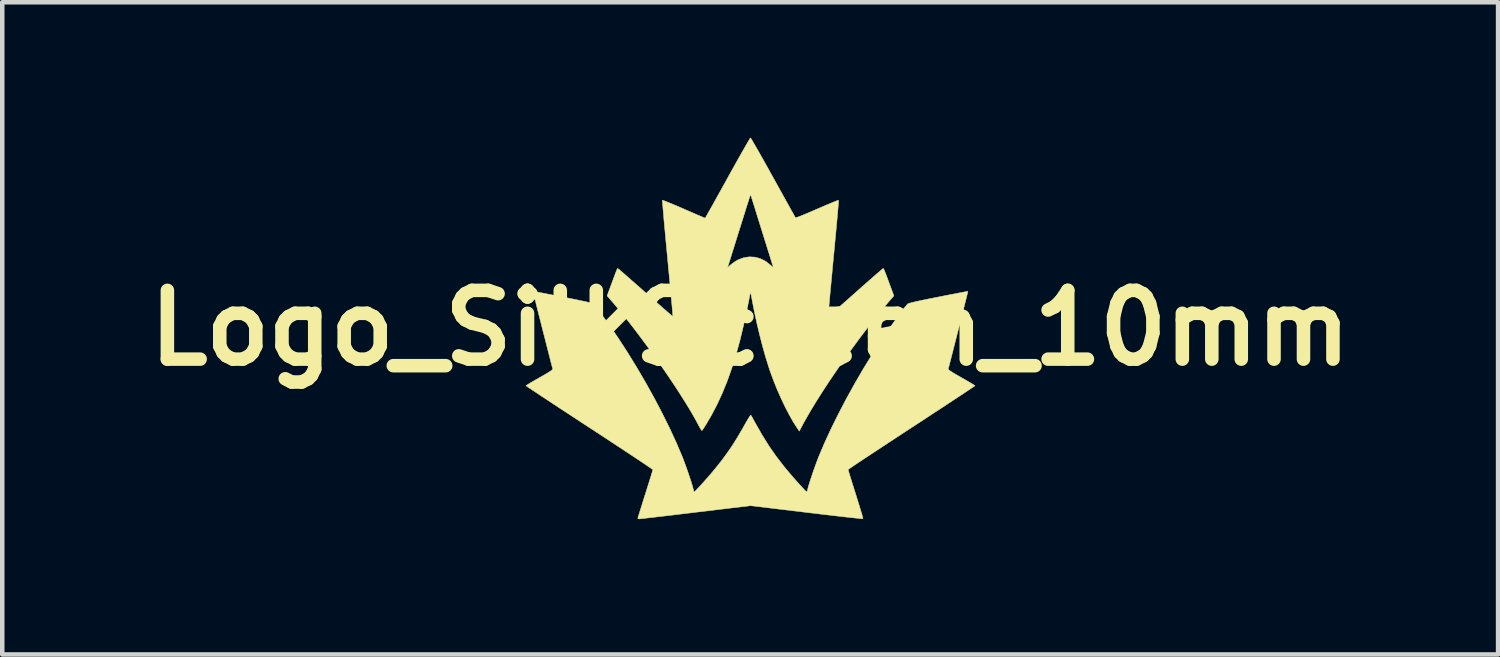
<source format=kicad_pcb>
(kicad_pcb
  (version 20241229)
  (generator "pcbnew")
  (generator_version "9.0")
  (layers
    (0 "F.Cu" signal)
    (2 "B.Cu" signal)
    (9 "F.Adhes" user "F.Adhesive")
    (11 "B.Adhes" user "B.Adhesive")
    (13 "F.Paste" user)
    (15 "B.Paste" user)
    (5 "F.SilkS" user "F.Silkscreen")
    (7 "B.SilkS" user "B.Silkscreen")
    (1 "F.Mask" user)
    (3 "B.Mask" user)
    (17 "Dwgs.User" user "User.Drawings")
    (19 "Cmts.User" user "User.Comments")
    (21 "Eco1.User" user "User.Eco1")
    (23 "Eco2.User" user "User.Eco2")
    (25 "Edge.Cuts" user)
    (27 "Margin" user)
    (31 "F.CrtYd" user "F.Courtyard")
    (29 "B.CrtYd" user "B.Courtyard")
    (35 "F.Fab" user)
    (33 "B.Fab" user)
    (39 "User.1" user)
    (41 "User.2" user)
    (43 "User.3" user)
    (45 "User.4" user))
  (footprint "Logo_SilkScreen_10mm"
    (layer "F.Cu")
    (at 13.578 4.221)
    (property "Reference" "Logo_SilkScreen_10mm" (at 0 0 0) (layer "F.SilkS") (effects (font (size 1.524 1.524) (thickness 0.3))))
    (attr through_hole)
    (fp_poly (pts (xy 0.016 -4.204) (xy 0.037 -4.17) (xy 0.069 -4.115) (xy 0.112 -4.042) (xy 0.164 -3.951) (xy 0.223 -3.847) (xy 0.29 -3.729) (xy 0.362 -3.6) (xy 0.438 -3.463) (xy 0.505 -3.343) (xy 0.585 -3.199) (xy 0.661 -3.062) (xy 0.732 -2.934) (xy 0.797 -2.817) (xy 0.855 -2.712) (xy 0.905 -2.622) (xy 0.946 -2.55) (xy 0.976 -2.495) (xy 0.995 -2.462) (xy 1.001 -2.452) (xy 1.009 -2.449) (xy 1.029 -2.452) (xy 1.062 -2.462) (xy 1.11 -2.48) (xy 1.176 -2.507) (xy 1.261 -2.542) (xy 1.368 -2.588) (xy 1.482 -2.637) (xy 1.588 -2.683) (xy 1.687 -2.726) (xy 1.775 -2.762) (xy 1.849 -2.793) (xy 1.906 -2.815) (xy 1.944 -2.829) (xy 1.959 -2.833) (xy 1.959 -2.833) (xy 1.959 -2.818) (xy 1.957 -2.778) (xy 1.952 -2.713) (xy 1.945 -2.627) (xy 1.936 -2.521) (xy 1.925 -2.397) (xy 1.912 -2.256) (xy 1.898 -2.102) (xy 1.882 -1.936) (xy 1.866 -1.759) (xy 1.848 -1.575) (xy 1.845 -1.544) (xy 1.827 -1.358) (xy 1.811 -1.18) (xy 1.795 -1.012) (xy 1.78 -0.856) (xy 1.767 -0.714) (xy 1.756 -0.587) (xy 1.746 -0.478) (xy 1.738 -0.389) (xy 1.732 -0.321) (xy 1.729 -0.277) (xy 1.728 -0.258) (xy 1.728 -0.257) (xy 1.739 -0.265) (xy 1.769 -0.29) (xy 1.817 -0.33) (xy 1.879 -0.384) (xy 1.955 -0.45) (xy 2.042 -0.527) (xy 2.139 -0.612) (xy 2.243 -0.705) (xy 2.336 -0.787) (xy 2.446 -0.885) (xy 2.55 -0.977) (xy 2.646 -1.061) (xy 2.732 -1.137) (xy 2.807 -1.202) (xy 2.868 -1.254) (xy 2.913 -1.293) (xy 2.941 -1.316) (xy 2.95 -1.322) (xy 2.954 -1.319) (xy 2.96 -1.308) (xy 2.97 -1.287) (xy 2.984 -1.254) (xy 3.003 -1.206) (xy 3.028 -1.141) (xy 3.059 -1.056) (xy 3.098 -0.95) (xy 3.144 -0.827) (xy 3.185 -0.714) (xy 3.066 -0.577) (xy 2.913 -0.396) (xy 2.753 -0.198) (xy 2.587 0.014) (xy 2.418 0.237) (xy 2.249 0.467) (xy 2.081 0.702) (xy 1.917 0.938) (xy 1.759 1.171) (xy 1.609 1.399) (xy 1.47 1.619) (xy 1.343 1.827) (xy 1.232 2.02) (xy 1.164 2.143) (xy 1.089 2.285) (xy 1.043 2.219) (xy 0.955 2.082) (xy 0.865 1.922) (xy 0.773 1.745) (xy 0.683 1.555) (xy 0.595 1.356) (xy 0.514 1.153) (xy 0.44 0.951) (xy 0.404 0.842) (xy 0.338 0.628) (xy 0.272 0.393) (xy 0.208 0.143) (xy 0.147 -0.114) (xy 0.091 -0.372) (xy 0.048 -0.594) (xy 0.008 -0.804) (xy -0.063 -0.447) (xy -0.143 -0.076) (xy -0.226 0.271) (xy -0.314 0.593) (xy -0.409 0.895) (xy -0.509 1.178) (xy -0.617 1.443) (xy -0.733 1.694) (xy -0.857 1.931) (xy -0.979 2.139) (xy -1.013 2.192) (xy -1.041 2.236) (xy -1.061 2.265) (xy -1.069 2.274) (xy -1.079 2.265) (xy -1.099 2.237) (xy -1.124 2.193) (xy -1.138 2.166) (xy -1.219 2.015) (xy -1.316 1.846) (xy -1.428 1.662) (xy -1.552 1.465) (xy -1.686 1.259) (xy -1.829 1.046) (xy -1.979 0.829) (xy -2.132 0.611) (xy -2.289 0.395) (xy -2.446 0.183) (xy -2.601 -0.022) (xy -2.753 -0.216) (xy -2.9 -0.397) (xy -3.039 -0.563) (xy -3.052 -0.577) (xy -3.171 -0.714) (xy -3.13 -0.827) (xy -3.082 -0.956) (xy -3.043 -1.061) (xy -3.012 -1.144) (xy -2.988 -1.209) (xy -2.969 -1.256) (xy -2.956 -1.289) (xy -2.946 -1.309) (xy -2.94 -1.319) (xy -2.936 -1.322) (xy -2.924 -1.313) (xy -2.893 -1.287) (xy -2.845 -1.246) (xy -2.781 -1.191) (xy -2.705 -1.125) (xy -2.617 -1.047) (xy -2.519 -0.962) (xy -2.414 -0.869) (xy -2.322 -0.787) (xy -2.212 -0.69) (xy -2.109 -0.598) (xy -2.013 -0.514) (xy -1.928 -0.439) (xy -1.854 -0.375) (xy -1.794 -0.323) (xy -1.749 -0.285) (xy -1.722 -0.263) (xy -1.714 -0.258) (xy -1.715 -0.272) (xy -1.718 -0.312) (xy -1.723 -0.376) (xy -1.73 -0.462) (xy -1.74 -0.568) (xy -1.751 -0.691) (xy -1.764 -0.831) (xy -1.778 -0.985) (xy -1.794 -1.151) (xy -1.811 -1.328) (xy -1.813 -1.35) (xy -0.499 -1.35) (xy -0.494 -1.349) (xy -0.473 -1.364) (xy -0.442 -1.392) (xy -0.438 -1.396) (xy -0.388 -1.437) (xy -0.327 -1.479) (xy -0.271 -1.511) (xy -0.147 -1.558) (xy -0.021 -1.578) (xy 0.104 -1.572) (xy 0.226 -1.539) (xy 0.341 -1.481) (xy 0.441 -1.403) (xy 0.477 -1.371) (xy 0.502 -1.352) (xy 0.513 -1.348) (xy 0.512 -1.35) (xy 0.507 -1.367) (xy 0.494 -1.408) (xy 0.474 -1.47) (xy 0.449 -1.553) (xy 0.418 -1.652) (xy 0.382 -1.766) (xy 0.343 -1.892) (xy 0.3 -2.028) (xy 0.258 -2.164) (xy 0.213 -2.307) (xy 0.171 -2.441) (xy 0.133 -2.565) (xy 0.098 -2.677) (xy 0.068 -2.773) (xy 0.043 -2.852) (xy 0.024 -2.911) (xy 0.012 -2.948) (xy 0.008 -2.961) (xy 0.004 -2.948) (xy -0.008 -2.912) (xy -0.027 -2.853) (xy -0.052 -2.775) (xy -0.083 -2.679) (xy -0.117 -2.568) (xy -0.156 -2.444) (xy -0.198 -2.31) (xy -0.243 -2.167) (xy -0.288 -2.024) (xy -0.33 -1.888) (xy -0.369 -1.762) (xy -0.405 -1.649) (xy -0.436 -1.55) (xy -0.461 -1.468) (xy -0.481 -1.406) (xy -0.494 -1.366) (xy -0.499 -1.35) (xy -1.813 -1.35) (xy -1.828 -1.513) (xy -1.831 -1.544) (xy -1.849 -1.73) (xy -1.866 -1.908) (xy -1.881 -2.076) (xy -1.896 -2.232) (xy -1.909 -2.375) (xy -1.92 -2.502) (xy -1.929 -2.611) (xy -1.937 -2.701) (xy -1.942 -2.769) (xy -1.945 -2.813) (xy -1.946 -2.833) (xy -1.945 -2.833) (xy -1.931 -2.83) (xy -1.894 -2.816) (xy -1.838 -2.794) (xy -1.764 -2.764) (xy -1.677 -2.728) (xy -1.578 -2.686) (xy -1.472 -2.64) (xy -1.47 -2.639) (xy -1.363 -2.592) (xy -1.265 -2.55) (xy -1.178 -2.512) (xy -1.105 -2.481) (xy -1.049 -2.457) (xy -1.012 -2.441) (xy -0.998 -2.436) (xy -0.998 -2.436) (xy -0.991 -2.447) (xy -0.971 -2.482) (xy -0.94 -2.537) (xy -0.899 -2.61) (xy -0.848 -2.7) (xy -0.789 -2.805) (xy -0.724 -2.923) (xy -0.652 -3.052) (xy -0.575 -3.19) (xy -0.5 -3.326) (xy -0.42 -3.471) (xy -0.343 -3.608) (xy -0.271 -3.737) (xy -0.205 -3.854) (xy -0.146 -3.958) (xy -0.095 -4.047) (xy -0.053 -4.12) (xy -0.021 -4.173) (xy -0.001 -4.206) (xy 0.007 -4.216) (xy 0.016 -4.204)) (stroke (width 0.01) (type solid)) (fill yes) (layer "F.SilkS"))
    (fp_poly (pts (xy -4.799 -0.812) (xy -4.76 -0.805) (xy -4.699 -0.794) (xy -4.619 -0.779) (xy -4.523 -0.76) (xy -4.412 -0.739) (xy -4.29 -0.715) (xy -4.16 -0.689) (xy -4.158 -0.689) (xy -3.997 -0.657) (xy -3.861 -0.63) (xy -3.749 -0.606) (xy -3.659 -0.587) (xy -3.59 -0.571) (xy -3.538 -0.557) (xy -3.503 -0.547) (xy -3.483 -0.538) (xy -3.478 -0.534) (xy -3.453 -0.508) (xy -3.415 -0.461) (xy -3.365 -0.397) (xy -3.307 -0.319) (xy -3.242 -0.231) (xy -3.172 -0.134) (xy -3.1 -0.033) (xy -3.029 0.07) (xy -2.959 0.171) (xy -2.915 0.236) (xy -2.709 0.555) (xy -2.507 0.884) (xy -2.311 1.219) (xy -2.124 1.556) (xy -1.948 1.892) (xy -1.785 2.221) (xy -1.638 2.539) (xy -1.51 2.839) (xy -1.478 2.921) (xy -1.443 3.015) (xy -1.407 3.115) (xy -1.372 3.217) (xy -1.338 3.317) (xy -1.308 3.408) (xy -1.284 3.487) (xy -1.267 3.549) (xy -1.259 3.581) (xy -1.251 3.614) (xy -1.242 3.632) (xy -1.24 3.633) (xy -1.226 3.622) (xy -1.198 3.594) (xy -1.157 3.551) (xy -1.106 3.496) (xy -1.048 3.432) (xy -0.986 3.362) (xy -0.922 3.29) (xy -0.86 3.218) (xy -0.802 3.149) (xy -0.76 3.098) (xy -0.63 2.934) (xy -0.511 2.772) (xy -0.397 2.606) (xy -0.285 2.428) (xy -0.171 2.233) (xy -0.118 2.139) (xy -0.079 2.07) (xy -0.044 2.01) (xy -0.015 1.965) (xy 0.005 1.937) (xy 0.015 1.93) (xy 0.025 1.946) (xy 0.046 1.982) (xy 0.073 2.031) (xy 0.104 2.088) (xy 0.258 2.359) (xy 0.414 2.61) (xy 0.577 2.844) (xy 0.751 3.07) (xy 0.773 3.097) (xy 0.826 3.16) (xy 0.885 3.23) (xy 0.948 3.303) (xy 1.011 3.375) (xy 1.073 3.444) (xy 1.13 3.507) (xy 1.179 3.56) (xy 1.218 3.601) (xy 1.244 3.626) (xy 1.254 3.633) (xy 1.262 3.62) (xy 1.271 3.59) (xy 1.273 3.581) (xy 1.284 3.536) (xy 1.303 3.47) (xy 1.329 3.387) (xy 1.36 3.294) (xy 1.394 3.193) (xy 1.43 3.091) (xy 1.466 2.992) (xy 1.5 2.9) (xy 1.524 2.839) (xy 1.651 2.541) (xy 1.795 2.229) (xy 1.955 1.905) (xy 2.128 1.575) (xy 2.311 1.243) (xy 2.503 0.912) (xy 2.701 0.589) (xy 2.903 0.276) (xy 2.928 0.239) (xy 2.995 0.14) (xy 3.065 0.037) (xy 3.137 -0.065) (xy 3.208 -0.165) (xy 3.277 -0.259) (xy 3.34 -0.345) (xy 3.395 -0.418) (xy 3.441 -0.477) (xy 3.476 -0.518) (xy 3.491 -0.534) (xy 3.506 -0.542) (xy 3.536 -0.552) (xy 3.582 -0.564) (xy 3.647 -0.58) (xy 3.732 -0.599) (xy 3.839 -0.621) (xy 3.97 -0.648) (xy 4.126 -0.679) (xy 4.171 -0.688) (xy 4.302 -0.714) (xy 4.424 -0.738) (xy 4.535 -0.759) (xy 4.631 -0.778) (xy 4.712 -0.793) (xy 4.773 -0.805) (xy 4.812 -0.812) (xy 4.827 -0.814) (xy 4.827 -0.814) (xy 4.824 -0.8) (xy 4.815 -0.763) (xy 4.8 -0.704) (xy 4.781 -0.626) (xy 4.757 -0.532) (xy 4.731 -0.425) (xy 4.701 -0.308) (xy 4.669 -0.183) (xy 4.637 -0.054) (xy 4.603 0.078) (xy 4.57 0.21) (xy 4.537 0.337) (xy 4.506 0.459) (xy 4.477 0.572) (xy 4.451 0.673) (xy 4.429 0.76) (xy 4.411 0.829) (xy 4.398 0.879) (xy 4.39 0.905) (xy 4.39 0.906) (xy 4.394 0.917) (xy 4.41 0.933) (xy 4.442 0.956) (xy 4.492 0.988) (xy 4.561 1.029) (xy 4.652 1.081) (xy 4.683 1.099) (xy 4.765 1.146) (xy 4.839 1.189) (xy 4.901 1.225) (xy 4.948 1.254) (xy 4.976 1.273) (xy 4.983 1.279) (xy 4.971 1.288) (xy 4.938 1.311) (xy 4.884 1.347) (xy 4.811 1.396) (xy 4.721 1.456) (xy 4.614 1.527) (xy 4.492 1.607) (xy 4.357 1.696) (xy 4.211 1.792) (xy 4.053 1.895) (xy 3.887 2.005) (xy 3.713 2.118) (xy 3.577 2.207) (xy 3.398 2.324) (xy 3.226 2.437) (xy 3.061 2.545) (xy 2.906 2.647) (xy 2.762 2.742) (xy 2.63 2.829) (xy 2.512 2.907) (xy 2.409 2.975) (xy 2.323 3.033) (xy 2.255 3.079) (xy 2.206 3.113) (xy 2.178 3.133) (xy 2.171 3.138) (xy 2.175 3.154) (xy 2.187 3.194) (xy 2.205 3.254) (xy 2.229 3.332) (xy 2.258 3.425) (xy 2.291 3.53) (xy 2.327 3.644) (xy 2.34 3.685) (xy 2.376 3.802) (xy 2.41 3.91) (xy 2.439 4.007) (xy 2.464 4.089) (xy 2.483 4.155) (xy 2.495 4.201) (xy 2.5 4.225) (xy 2.5 4.227) (xy 2.485 4.227) (xy 2.444 4.224) (xy 2.38 4.217) (xy 2.294 4.208) (xy 2.188 4.197) (xy 2.065 4.183) (xy 1.926 4.167) (xy 1.773 4.149) (xy 1.608 4.13) (xy 1.433 4.109) (xy 1.25 4.087) (xy 1.249 4.087) (xy 0.007 3.938) (xy -1.209 4.084) (xy -1.391 4.106) (xy -1.565 4.127) (xy -1.73 4.147) (xy -1.883 4.165) (xy -2.022 4.181) (xy -2.146 4.196) (xy -2.252 4.208) (xy -2.339 4.218) (xy -2.403 4.225) (xy -2.444 4.23) (xy -2.458 4.231) (xy -2.484 4.227) (xy -2.491 4.219) (xy -2.487 4.204) (xy -2.476 4.165) (xy -2.457 4.105) (xy -2.433 4.028) (xy -2.404 3.935) (xy -2.372 3.831) (xy -2.336 3.717) (xy -2.324 3.681) (xy -2.288 3.565) (xy -2.254 3.457) (xy -2.224 3.361) (xy -2.198 3.278) (xy -2.178 3.212) (xy -2.164 3.165) (xy -2.158 3.142) (xy -2.157 3.14) (xy -2.169 3.13) (xy -2.202 3.107) (xy -2.256 3.07) (xy -2.329 3.02) (xy -2.419 2.96) (xy -2.526 2.889) (xy -2.648 2.808) (xy -2.783 2.719) (xy -2.93 2.622) (xy -3.087 2.519) (xy -3.253 2.409) (xy -3.428 2.295) (xy -3.563 2.207) (xy -3.742 2.09) (xy -3.914 1.977) (xy -4.079 1.869) (xy -4.234 1.768) (xy -4.378 1.673) (xy -4.509 1.586) (xy -4.628 1.508) (xy -4.73 1.44) (xy -4.817 1.382) (xy -4.885 1.337) (xy -4.934 1.304) (xy -4.962 1.284) (xy -4.969 1.279) (xy -4.957 1.269) (xy -4.924 1.248) (xy -4.874 1.217) (xy -4.809 1.179) (xy -4.733 1.135) (xy -4.669 1.099) (xy -4.571 1.043) (xy -4.496 0.999) (xy -4.441 0.964) (xy -4.404 0.939) (xy -4.383 0.921) (xy -4.376 0.909) (xy -4.376 0.906) (xy -4.383 0.881) (xy -4.396 0.833) (xy -4.414 0.765) (xy -4.436 0.68) (xy -4.461 0.58) (xy -4.49 0.468) (xy -4.521 0.346) (xy -4.553 0.219) (xy -4.587 0.088) (xy -4.62 -0.044) (xy -4.653 -0.174) (xy -4.685 -0.299) (xy -4.715 -0.417) (xy -4.742 -0.525) (xy -4.765 -0.62) (xy -4.785 -0.699) (xy -4.8 -0.759) (xy -4.809 -0.799) (xy -4.813 -0.814) (xy -4.813 -0.814) (xy -4.799 -0.812)) (stroke (width 0.01) (type solid)) (fill yes) (layer "F.SilkS")))
  (gr_rect
    (start -3 -3)
    (end 30.156 11.457)
    (stroke (width 0.1) (type default))
    (fill no)
    (layer "Edge.Cuts")))
</source>
